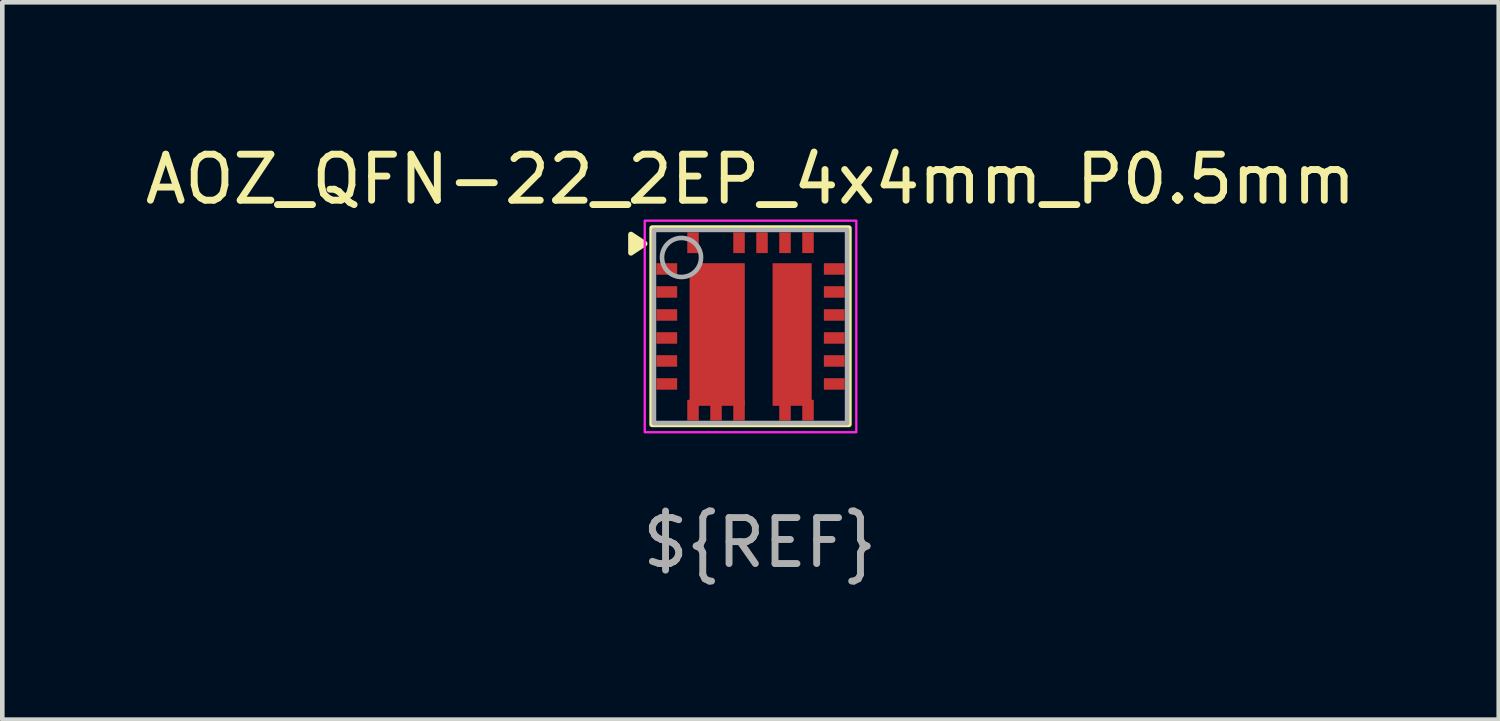
<source format=kicad_pcb>
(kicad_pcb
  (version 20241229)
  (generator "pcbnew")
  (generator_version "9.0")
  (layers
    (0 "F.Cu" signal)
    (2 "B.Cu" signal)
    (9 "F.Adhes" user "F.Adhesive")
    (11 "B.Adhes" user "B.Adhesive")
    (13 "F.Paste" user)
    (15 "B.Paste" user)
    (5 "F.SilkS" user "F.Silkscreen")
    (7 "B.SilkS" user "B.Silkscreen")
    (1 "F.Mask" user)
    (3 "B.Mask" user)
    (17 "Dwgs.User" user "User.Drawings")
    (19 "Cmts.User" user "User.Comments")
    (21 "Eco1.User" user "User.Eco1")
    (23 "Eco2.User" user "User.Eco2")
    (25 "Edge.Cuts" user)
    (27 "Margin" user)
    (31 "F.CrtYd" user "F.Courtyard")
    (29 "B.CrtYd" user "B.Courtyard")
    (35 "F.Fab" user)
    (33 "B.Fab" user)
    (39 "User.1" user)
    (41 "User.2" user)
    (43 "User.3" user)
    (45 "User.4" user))
  (footprint "AOZ_QFN-22_2EP_4x4mm_P0.5mm"
    (layer "F.Cu")
    (at 13.268 4.048)
    (property "Reference" "AOZ_QFN-22_2EP_4x4mm_P0.5mm" (at 0 -3.2 0) (unlocked yes) (layer "F.SilkS") (effects (font (size 1 1) (thickness 0.15))))
    (attr smd)
    (fp_rect (start -2.14 -2.14) (end 2.14 2.13) (stroke (width 0.12) (type default)) (fill no) (layer "F.SilkS"))
    (fp_poly (pts (xy -2.3 -1.8) (xy -2.6 -2) (xy -2.6 -1.6)) (stroke (width 0.12) (type solid)) (fill yes) (layer "F.SilkS"))
    (fp_rect (start -2.3 -2.3) (end 2.3 2.3) (stroke (width 0.05) (type default)) (fill no) (layer "F.CrtYd"))
    (fp_rect (start -2.1 -2.1) (end 2.1 2.1) (stroke (width 0.1) (type default)) (fill no) (layer "F.Fab"))
    (fp_circle (center -1.5 -1.5) (end -1.8 -1.8) (stroke (width 0.1) (type default)) (fill no) (layer "F.Fab"))
    (fp_text user "${REF}" (at 0.2 4.7 0) (unlocked yes) (layer "F.Fab") (effects (font (size 1 1) (thickness 0.15))))
    (pad "1" smd rect (at -1.82 -1.25) (size 0.45 0.25) (layers "F.Cu" "F.Mask" "F.Paste"))
    (pad "2" smd rect (at -1.82 -0.75) (size 0.45 0.25) (layers "F.Cu" "F.Mask" "F.Paste"))
    (pad "3" smd rect (at -1.82 -0.25) (size 0.45 0.25) (layers "F.Cu" "F.Mask" "F.Paste"))
    (pad "4" smd rect (at -1.82 0.25) (size 0.45 0.25) (layers "F.Cu" "F.Mask" "F.Paste"))
    (pad "5" smd rect (at -1.82 0.75) (size 0.45 0.25) (layers "F.Cu" "F.Mask" "F.Paste"))
    (pad "6" smd rect (at -1.82 1.25) (size 0.45 0.25) (layers "F.Cu" "F.Mask" "F.Paste"))
    (pad "7" smd rect (at -1.25 1.82 90) (size 0.45 0.25) (layers "F.Cu" "F.Mask" "F.Paste"))
    (pad "8" smd rect (at -0.75 1.82 90) (size 0.45 0.25) (layers "F.Cu" "F.Mask" "F.Paste"))
    (pad "9" smd rect (at -0.25 1.82 90) (size 0.45 0.25) (layers "F.Cu" "F.Mask" "F.Paste"))
    (pad "10" smd rect (at 0.75 1.82 90) (size 0.45 0.25) (layers "F.Cu" "F.Mask" "F.Paste"))
    (pad "11" smd rect (at 1.25 1.82 90) (size 0.45 0.25) (layers "F.Cu" "F.Mask" "F.Paste"))
    (pad "12" smd rect (at 1.82 1.25 180) (size 0.45 0.25) (layers "F.Cu" "F.Mask" "F.Paste"))
    (pad "13" smd rect (at 1.82 0.75 180) (size 0.45 0.25) (layers "F.Cu" "F.Mask" "F.Paste"))
    (pad "14" smd rect (at 1.82 0.25 180) (size 0.45 0.25) (layers "F.Cu" "F.Mask" "F.Paste"))
    (pad "15" smd rect (at 1.82 -0.25 180) (size 0.45 0.25) (layers "F.Cu" "F.Mask" "F.Paste"))
    (pad "16" smd rect (at 1.82 -0.75 180) (size 0.45 0.25) (layers "F.Cu" "F.Mask" "F.Paste"))
    (pad "17" smd rect (at 1.82 -1.25 180) (size 0.45 0.25) (layers "F.Cu" "F.Mask" "F.Paste"))
    (pad "18" smd rect (at 1.25 -1.82 270) (size 0.45 0.25) (layers "F.Cu" "F.Mask" "F.Paste"))
    (pad "19" smd rect (at 0.75 -1.82 270) (size 0.45 0.25) (layers "F.Cu" "F.Mask" "F.Paste"))
    (pad "20" smd rect (at 0.25 -1.82 270) (size 0.45 0.25) (layers "F.Cu" "F.Mask" "F.Paste"))
    (pad "21" smd rect (at -0.25 -1.82 270) (size 0.45 0.25) (layers "F.Cu" "F.Mask" "F.Paste"))
    (pad "22" smd rect (at -1.25 -1.82 270) (size 0.45 0.25) (layers "F.Cu" "F.Mask" "F.Paste"))
    (pad "EP1" smd roundrect (at -0.725 0.175) (size 1.2 3.1) (layers "F.Cu" "F.Mask" "F.Paste") (roundrect_rratio 0) (chamfer_ratio 0.208) (chamfer top_left))
    (pad "EP2" smd rect (at 0.905 0.175) (size 0.85 3.1) (layers "F.Cu" "F.Mask" "F.Paste")))
  (gr_rect
    (start -3 -3)
    (end 29.536 12.597)
    (stroke (width 0.1) (type default))
    (fill no)
    (layer "Edge.Cuts")))
</source>
